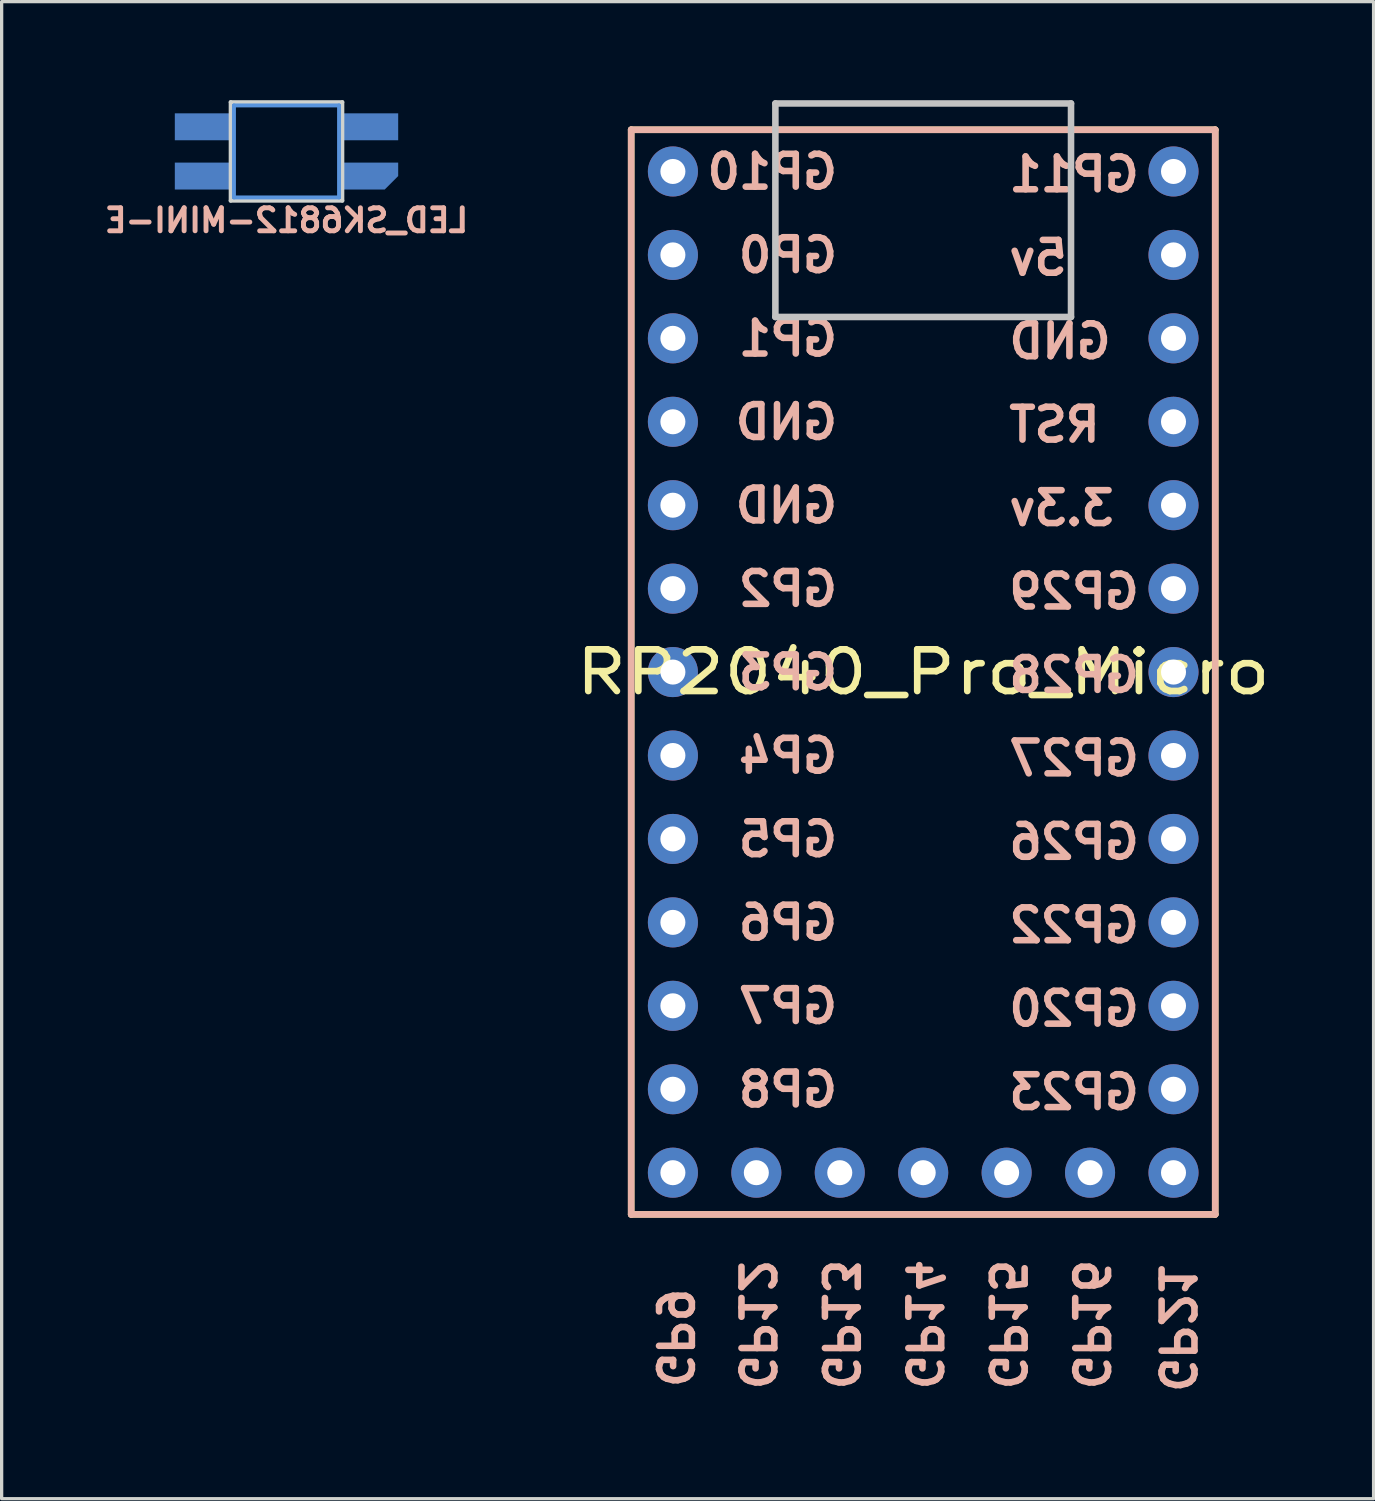
<source format=kicad_pcb>
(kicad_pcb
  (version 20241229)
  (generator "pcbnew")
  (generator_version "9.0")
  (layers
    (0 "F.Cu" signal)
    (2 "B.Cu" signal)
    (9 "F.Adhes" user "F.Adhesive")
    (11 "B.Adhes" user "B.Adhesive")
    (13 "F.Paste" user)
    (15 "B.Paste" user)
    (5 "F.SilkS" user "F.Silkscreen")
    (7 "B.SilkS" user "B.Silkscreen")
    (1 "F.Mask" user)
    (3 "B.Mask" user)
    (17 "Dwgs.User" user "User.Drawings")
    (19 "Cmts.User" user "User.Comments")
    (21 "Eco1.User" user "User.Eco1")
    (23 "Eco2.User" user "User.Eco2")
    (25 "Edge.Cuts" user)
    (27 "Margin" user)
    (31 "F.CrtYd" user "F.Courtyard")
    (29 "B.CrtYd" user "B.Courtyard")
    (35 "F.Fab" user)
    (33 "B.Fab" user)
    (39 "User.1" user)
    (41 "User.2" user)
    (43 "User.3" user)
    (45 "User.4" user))
  (footprint "RP2040_Pro_Micro"
    (layer "F.Cu")
    (at 25.055 18.68)
    (property "Reference" "RP2040_Pro_Micro" (at 0 -1.27 0) (layer "F.SilkS") (effects (font (size 1.27 1.524) (thickness 0.203))))
    (attr through_hole)
    (fp_line (start -8.89 -17.78) (end -8.89 15.24) (stroke (width 0.2) (type solid)) (layer "F.SilkS"))
    (fp_line (start -8.89 15.24) (end 8.89 15.24) (stroke (width 0.2) (type solid)) (layer "F.SilkS"))
    (fp_line (start 8.89 -17.78) (end -8.89 -17.78) (stroke (width 0.2) (type solid)) (layer "F.SilkS"))
    (fp_line (start 8.89 15.24) (end 8.89 -17.78) (stroke (width 0.2) (type solid)) (layer "F.SilkS"))
    (fp_line (start -8.89 -17.78) (end -8.89 15.24) (stroke (width 0.2) (type solid)) (layer "B.SilkS"))
    (fp_line (start -8.89 15.24) (end 8.89 15.24) (stroke (width 0.2) (type solid)) (layer "B.SilkS"))
    (fp_line (start 8.89 -17.78) (end -8.89 -17.78) (stroke (width 0.2) (type solid)) (layer "B.SilkS"))
    (fp_line (start 8.89 15.24) (end 8.89 -17.78) (stroke (width 0.2) (type solid)) (layer "B.SilkS"))
    (fp_line (start -4.5 -18.58) (end -4.5 -12.08) (stroke (width 0.2) (type default)) (layer "Dwgs.User"))
    (fp_line (start -4.5 -18.58) (end 4.5 -18.58) (stroke (width 0.2) (type default)) (layer "Dwgs.User"))
    (fp_line (start -4.5 -12.08) (end 4.5 -12.08) (stroke (width 0.2) (type default)) (layer "Dwgs.User"))
    (fp_line (start 4.5 -18.58) (end 4.5 -12.08) (stroke (width 0.2) (type default)) (layer "Dwgs.User"))
    (fp_text user "GP14" (at 0 16.51 270) (unlocked yes) (layer "B.SilkS") (effects (font (size 1 1) (thickness 0.2) (bold yes)) (justify right mirror)))
    (fp_text user "GP5" (at -2.51 3.82 0) (unlocked yes) (layer "B.SilkS") (effects (font (size 1 1) (thickness 0.2) (bold yes)) (justify left mirror)))
    (fp_text user "GP26" (at 2.51 3.9 0) (unlocked yes) (layer "B.SilkS") (effects (font (size 1 1) (thickness 0.2) (bold yes)) (justify right mirror)))
    (fp_text user "GP6" (at -2.51 6.36 0) (unlocked yes) (layer "B.SilkS") (effects (font (size 1 1) (thickness 0.2) (bold yes)) (justify left mirror)))
    (fp_text user "GND" (at -2.51 -6.34 0) (unlocked yes) (layer "B.SilkS") (effects (font (size 1 1) (thickness 0.2) (bold yes)) (justify left mirror)))
    (fp_text user "GP3" (at -2.51 -1.26 0) (unlocked yes) (layer "B.SilkS") (effects (font (size 1 1) (thickness 0.2) (bold yes)) (justify left mirror)))
    (fp_text user "GP1" (at -2.51 -11.42 0) (unlocked yes) (layer "B.SilkS") (effects (font (size 1 1) (thickness 0.2) (bold yes)) (justify left mirror)))
    (fp_text user "GP12" (at -5.08 16.51 270) (unlocked yes) (layer "B.SilkS") (effects (font (size 1 1) (thickness 0.2) (bold yes)) (justify right mirror)))
    (fp_text user "GP28" (at 2.51 -1.18 0) (unlocked yes) (layer "B.SilkS") (effects (font (size 1 1) (thickness 0.2) (bold yes)) (justify right mirror)))
    (fp_text user "GP29" (at 2.51 -3.72 0) (unlocked yes) (layer "B.SilkS") (effects (font (size 1 1) (thickness 0.2) (bold yes)) (justify right mirror)))
    (fp_text user "GP0" (at -2.51 -13.96 0) (unlocked yes) (layer "B.SilkS") (effects (font (size 1 1) (thickness 0.2) (bold yes)) (justify left mirror)))
    (fp_text user "GP13" (at -2.54 16.51 270) (unlocked yes) (layer "B.SilkS") (effects (font (size 1 1) (thickness 0.2) (bold yes)) (justify right mirror)))
    (fp_text user "GP20" (at 2.51 8.98 0) (unlocked yes) (layer "B.SilkS") (effects (font (size 1 1) (thickness 0.2) (bold yes)) (justify right mirror)))
    (fp_text user "GND" (at 2.51 -11.34 0) (unlocked yes) (layer "B.SilkS") (effects (font (size 1 1) (thickness 0.2) (bold yes)) (justify right mirror)))
    (fp_text user "GP15" (at 2.54 16.51 270) (unlocked yes) (layer "B.SilkS") (effects (font (size 1 1) (thickness 0.2) (bold yes)) (justify right mirror)))
    (fp_text user "GP8" (at -2.51 11.44 0) (unlocked yes) (layer "B.SilkS") (effects (font (size 1 1) (thickness 0.2) (bold yes)) (justify left mirror)))
    (fp_text user "GP27" (at 2.51 1.36 0) (unlocked yes) (layer "B.SilkS") (effects (font (size 1 1) (thickness 0.2) (bold yes)) (justify right mirror)))
    (fp_text user "GP21" (at 7.71 16.59 270) (unlocked yes) (layer "B.SilkS") (effects (font (size 1 1) (thickness 0.2) (bold yes)) (justify right mirror)))
    (fp_text user "GP16" (at 5.08 16.51 270) (unlocked yes) (layer "B.SilkS") (effects (font (size 1 1) (thickness 0.2) (bold yes)) (justify right mirror)))
    (fp_text user "GP2" (at -2.51 -3.8 0) (unlocked yes) (layer "B.SilkS") (effects (font (size 1 1) (thickness 0.2) (bold yes)) (justify left mirror)))
    (fp_text user "GP4" (at -2.51 1.28 0) (unlocked yes) (layer "B.SilkS") (effects (font (size 1 1) (thickness 0.2) (bold yes)) (justify left mirror)))
    (fp_text user "GP11" (at 2.51 -16.42 0) (unlocked yes) (layer "B.SilkS") (effects (font (size 1 1) (thickness 0.2) (bold yes)) (justify right mirror)))
    (fp_text user "GP9" (at -7.59 20.61 270) (unlocked yes) (layer "B.SilkS") (effects (font (size 1 1) (thickness 0.2) (bold yes)) (justify left mirror)))
    (fp_text user "RST" (at 2.51 -8.8 0) (unlocked yes) (layer "B.SilkS") (effects (font (size 1 1) (thickness 0.2) (bold yes)) (justify right mirror)))
    (fp_text user "5v" (at 2.51 -13.88 0) (unlocked yes) (layer "B.SilkS") (effects (font (size 1 1) (thickness 0.2) (bold yes)) (justify right mirror)))
    (fp_text user "GP22" (at 2.51 6.44 0) (unlocked yes) (layer "B.SilkS") (effects (font (size 1 1) (thickness 0.2) (bold yes)) (justify right mirror)))
    (fp_text user "GP23" (at 2.51 11.52 0) (unlocked yes) (layer "B.SilkS") (effects (font (size 1 1) (thickness 0.2) (bold yes)) (justify right mirror)))
    (fp_text user "GND" (at -2.51 -8.88 0) (unlocked yes) (layer "B.SilkS") (effects (font (size 1 1) (thickness 0.2) (bold yes)) (justify left mirror)))
    (fp_text user "GP7" (at -2.51 8.9 0) (unlocked yes) (layer "B.SilkS") (effects (font (size 1 1) (thickness 0.2) (bold yes)) (justify left mirror)))
    (fp_text user "3.3v" (at 2.51 -6.26 0) (unlocked yes) (layer "B.SilkS") (effects (font (size 1 1) (thickness 0.2) (bold yes)) (justify right mirror)))
    (fp_text user "GP10" (at -2.51 -16.5 0) (unlocked yes) (layer "B.SilkS") (effects (font (size 1 1) (thickness 0.2) (bold yes)) (justify left mirror)))
    (pad "1" thru_hole circle (at -7.62 -16.51) (size 1.524 1.524) (drill 0.762) (layers "*.Cu" "*.Mask"))
    (pad "2" thru_hole circle (at -7.62 -13.97) (size 1.524 1.524) (drill 0.762) (layers "*.Cu" "*.Mask"))
    (pad "3" thru_hole circle (at -7.62 -11.43) (size 1.524 1.524) (drill 0.762) (layers "*.Cu" "*.Mask"))
    (pad "4" thru_hole circle (at -7.62 -8.89) (size 1.524 1.524) (drill 0.762) (layers "*.Cu" "*.Mask"))
    (pad "5" thru_hole circle (at -7.62 -6.35) (size 1.524 1.524) (drill 0.762) (layers "*.Cu" "*.Mask"))
    (pad "6" thru_hole circle (at -7.62 -3.81) (size 1.524 1.524) (drill 0.762) (layers "*.Cu" "*.Mask"))
    (pad "7" thru_hole circle (at -7.62 -1.27) (size 1.524 1.524) (drill 0.762) (layers "*.Cu" "*.Mask"))
    (pad "8" thru_hole circle (at -7.62 1.27) (size 1.524 1.524) (drill 0.762) (layers "*.Cu" "*.Mask"))
    (pad "9" thru_hole circle (at -7.62 3.81) (size 1.524 1.524) (drill 0.762) (layers "*.Cu" "*.Mask"))
    (pad "10" thru_hole circle (at -7.62 6.35) (size 1.524 1.524) (drill 0.762) (layers "*.Cu" "*.Mask"))
    (pad "11" thru_hole circle (at -7.62 8.89) (size 1.524 1.524) (drill 0.762) (layers "*.Cu" "*.Mask"))
    (pad "12" thru_hole circle (at -7.62 11.43) (size 1.524 1.524) (drill 0.762) (layers "*.Cu" "*.Mask"))
    (pad "13" thru_hole circle (at -7.62 13.97) (size 1.524 1.524) (drill 0.762) (layers "*.Cu" "*.Mask"))
    (pad "14" thru_hole circle (at -5.08 13.97) (size 1.524 1.524) (drill 0.762) (layers "*.Cu" "*.Mask"))
    (pad "15" thru_hole circle (at -2.54 13.97) (size 1.524 1.524) (drill 0.762) (layers "*.Cu" "*.Mask"))
    (pad "16" thru_hole circle (at 0 13.97) (size 1.524 1.524) (drill 0.762) (layers "*.Cu" "*.Mask"))
    (pad "17" thru_hole circle (at 2.54 13.97) (size 1.524 1.524) (drill 0.762) (layers "*.Cu" "*.Mask"))
    (pad "18" thru_hole circle (at 5.08 13.97) (size 1.524 1.524) (drill 0.762) (layers "*.Cu" "*.Mask"))
    (pad "19" thru_hole circle (at 7.62 13.97) (size 1.524 1.524) (drill 0.762) (layers "*.Cu" "*.Mask"))
    (pad "20" thru_hole circle (at 7.62 11.43) (size 1.524 1.524) (drill 0.762) (layers "*.Cu" "*.Mask"))
    (pad "21" thru_hole circle (at 7.62 8.89) (size 1.524 1.524) (drill 0.762) (layers "*.Cu" "*.Mask"))
    (pad "22" thru_hole circle (at 7.62 6.35) (size 1.524 1.524) (drill 0.762) (layers "*.Cu" "*.Mask"))
    (pad "23" thru_hole circle (at 7.62 3.81) (size 1.524 1.524) (drill 0.762) (layers "*.Cu" "*.Mask"))
    (pad "24" thru_hole circle (at 7.62 1.27) (size 1.524 1.524) (drill 0.762) (layers "*.Cu" "*.Mask"))
    (pad "25" thru_hole circle (at 7.62 -1.27) (size 1.524 1.524) (drill 0.762) (layers "*.Cu" "*.Mask"))
    (pad "26" thru_hole circle (at 7.62 -3.81) (size 1.524 1.524) (drill 0.762) (layers "*.Cu" "*.Mask"))
    (pad "27" thru_hole circle (at 7.62 -6.35) (size 1.524 1.524) (drill 0.762) (layers "*.Cu" "*.Mask"))
    (pad "28" thru_hole circle (at 7.62 -8.89) (size 1.524 1.524) (drill 0.762) (layers "*.Cu" "*.Mask"))
    (pad "29" thru_hole circle (at 7.62 -11.43) (size 1.524 1.524) (drill 0.762) (layers "*.Cu" "*.Mask"))
    (pad "30" thru_hole circle (at 7.62 -13.97) (size 1.524 1.524) (drill 0.762) (layers "*.Cu" "*.Mask"))
    (pad "31" thru_hole circle (at 7.62 -16.51) (size 1.524 1.524) (drill 0.762) (layers "*.Cu" "*.Mask")))
  (footprint "LED_SK6812-MINI-E"
    (layer "F.Cu")
    (at 5.672 1.56)
    (property "Reference" "LED_SK6812-MINI-E" (at 0 2.1 0) (unlocked yes) (layer "B.SilkS") (effects (font (size 0.7 0.7) (thickness 0.15)) (justify mirror)))
    (attr through_hole)
    (fp_line (start -1.6 -1.4) (end 1.6 -1.4) (stroke (width 0.12) (type solid)) (layer "Cmts.User"))
    (fp_line (start -1.6 1.4) (end -1.6 -1.4) (stroke (width 0.12) (type solid)) (layer "Cmts.User"))
    (fp_line (start 1.6 -1.4) (end 1.6 1.4) (stroke (width 0.12) (type solid)) (layer "Cmts.User"))
    (fp_line (start 1.6 1.4) (end -1.6 1.4) (stroke (width 0.12) (type solid)) (layer "Cmts.User"))
    (fp_line (start -1.7 -1.5) (end 1.7 -1.5) (stroke (width 0.12) (type solid)) (layer "Edge.Cuts"))
    (fp_line (start -1.7 1.5) (end -1.7 -1.5) (stroke (width 0.12) (type solid)) (layer "Edge.Cuts"))
    (fp_line (start 1.7 -1.5) (end 1.7 1.5) (stroke (width 0.12) (type solid)) (layer "Edge.Cuts"))
    (fp_line (start 1.7 1.5) (end -1.7 1.5) (stroke (width 0.12) (type solid)) (layer "Edge.Cuts"))
    (pad "1" smd rect (at -2.55 -0.75) (size 1.7 0.82) (layers "B.Cu" "B.Mask" "B.Paste"))
    (pad "2" smd rect (at -2.55 0.75) (size 1.7 0.82) (layers "B.Cu" "B.Mask" "B.Paste"))
    (pad "3" smd roundrect (at 2.55 0.75) (size 1.7 0.82) (layers "B.Cu" "B.Mask" "B.Paste") (roundrect_rratio 0) (chamfer_ratio 0.5) (chamfer bottom_right))
    (pad "4" smd rect (at 2.55 -0.75) (size 1.7 0.82) (layers "B.Cu" "B.Mask" "B.Paste")))
  (gr_rect
    (start -3 -3)
    (end 38.766 42.575)
    (stroke (width 0.1) (type default))
    (fill no)
    (layer "Edge.Cuts")))
</source>
